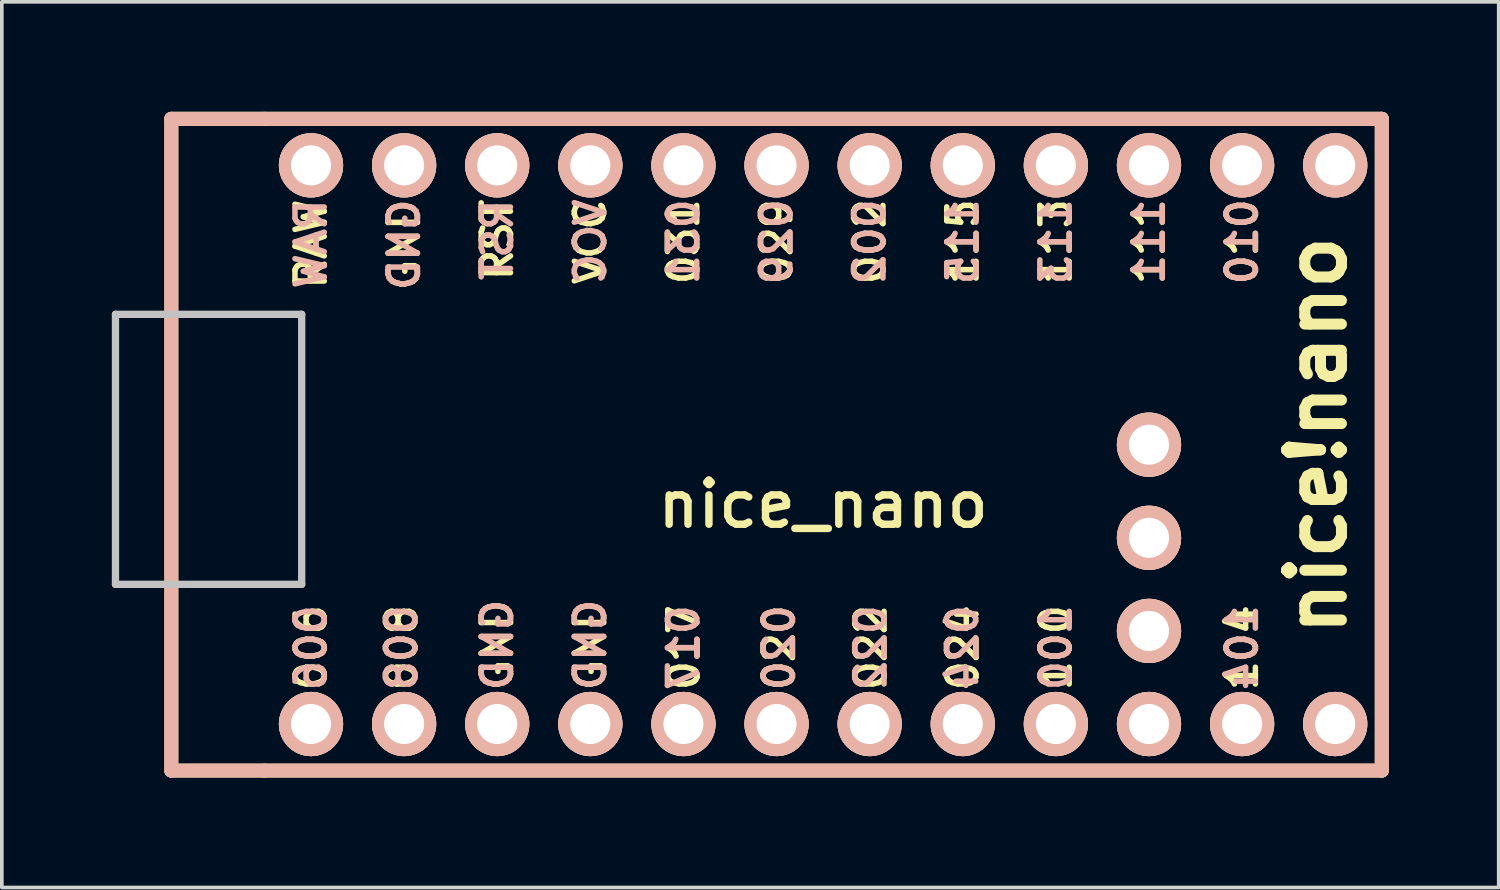
<source format=kicad_pcb>
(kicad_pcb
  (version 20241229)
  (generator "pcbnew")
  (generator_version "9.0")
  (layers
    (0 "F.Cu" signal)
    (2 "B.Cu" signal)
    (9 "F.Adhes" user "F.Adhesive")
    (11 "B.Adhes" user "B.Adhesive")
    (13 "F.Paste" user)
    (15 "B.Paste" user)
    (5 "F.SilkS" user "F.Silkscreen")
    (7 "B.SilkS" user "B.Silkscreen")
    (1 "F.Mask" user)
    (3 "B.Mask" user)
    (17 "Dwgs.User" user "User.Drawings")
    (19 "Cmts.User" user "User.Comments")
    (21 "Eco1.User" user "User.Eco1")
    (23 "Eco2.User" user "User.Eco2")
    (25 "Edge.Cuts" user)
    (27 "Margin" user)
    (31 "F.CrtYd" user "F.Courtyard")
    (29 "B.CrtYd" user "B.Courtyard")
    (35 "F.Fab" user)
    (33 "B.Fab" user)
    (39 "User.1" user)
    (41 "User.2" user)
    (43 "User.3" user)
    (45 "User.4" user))
  (footprint "nice_nano"
    (layer "F.Cu")
    (at 19.404 9.081)
    (property "Reference" "nice_nano" (at 0 1.625 0) (layer "F.SilkS") (effects (font (size 1.2 1.2) (thickness 0.203))))
    (attr through_hole)
    (fp_line (start -17.78 -8.89) (end -17.78 8.89) (stroke (width 0.381) (type solid)) (layer "F.SilkS"))
    (fp_line (start -17.78 8.89) (end -15.24 8.89) (stroke (width 0.381) (type solid)) (layer "F.SilkS"))
    (fp_line (start -15.24 -8.89) (end -17.78 -8.89) (stroke (width 0.381) (type solid)) (layer "F.SilkS"))
    (fp_line (start -15.24 8.89) (end 15.24 8.89) (stroke (width 0.381) (type solid)) (layer "F.SilkS"))
    (fp_line (start 15.24 -8.89) (end -15.24 -8.89) (stroke (width 0.381) (type solid)) (layer "F.SilkS"))
    (fp_line (start 15.24 8.89) (end 15.24 -8.89) (stroke (width 0.381) (type solid)) (layer "F.SilkS"))
    (fp_line (start -17.78 -8.89) (end -17.78 8.89) (stroke (width 0.381) (type solid)) (layer "B.SilkS"))
    (fp_line (start -17.78 8.89) (end 15.24 8.89) (stroke (width 0.381) (type solid)) (layer "B.SilkS"))
    (fp_line (start 15.24 -8.89) (end -17.78 -8.89) (stroke (width 0.381) (type solid)) (layer "B.SilkS"))
    (fp_line (start 15.24 8.89) (end 15.24 -8.89) (stroke (width 0.381) (type solid)) (layer "B.SilkS"))
    (fp_line (start -19.304 -3.556) (end -14.224 -3.556) (stroke (width 0.2) (type solid)) (layer "Dwgs.User"))
    (fp_line (start -19.304 3.81) (end -19.304 -3.556) (stroke (width 0.2) (type solid)) (layer "Dwgs.User"))
    (fp_line (start -14.224 -3.556) (end -14.224 3.81) (stroke (width 0.2) (type solid)) (layer "Dwgs.User"))
    (fp_line (start -14.224 3.81) (end -19.304 3.81) (stroke (width 0.2) (type solid)) (layer "Dwgs.User"))
    (fp_text user "006" (at -13.97 5.537 90) (layer "F.SilkS") (effects (font (size 0.8 0.8) (thickness 0.15))))
    (fp_text user "GND" (at -8.89 5.461 90) (layer "F.SilkS") (effects (font (size 0.8 0.8) (thickness 0.15))))
    (fp_text user "017" (at -3.8 5.537 90) (layer "F.SilkS") (effects (font (size 0.8 0.8) (thickness 0.15))))
    (fp_text user "GND" (at -11.43 -5.455 90) (layer "F.SilkS") (effects (font (size 0.8 0.8) (thickness 0.15))))
    (fp_text user "008" (at -11.5 5.537 90) (layer "F.SilkS") (effects (font (size 0.8 0.8) (thickness 0.15))))
    (fp_text user "GND" (at -6.35 5.461 90) (layer "F.SilkS") (effects (font (size 0.8 0.8) (thickness 0.15))))
    (fp_text user "VCC" (at -6.35 -5.537 90) (layer "F.SilkS") (effects (font (size 0.8 0.8) (thickness 0.15))))
    (fp_text user "031" (at -3.81 -5.537 90) (layer "F.SilkS") (effects (font (size 0.8 0.8) (thickness 0.15))))
    (fp_text user "nice!nano" (at 13.462 -0.254 90) (layer "F.SilkS") (effects (font (size 1.5 1.5) (thickness 0.3))))
    (fp_text user "113" (at 6.35 -5.537 90) (layer "F.SilkS") (effects (font (size 0.8 0.8) (thickness 0.15))))
    (fp_text user "104" (at 11.43 5.537 90) (layer "F.SilkS") (effects (font (size 0.8 0.8) (thickness 0.15))))
    (fp_text user "010" (at 11.43 -5.537 90) (layer "F.SilkS") (effects (font (size 0.8 0.8) (thickness 0.15))))
    (fp_text user "029" (at -1.27 -5.537 90) (layer "F.SilkS") (effects (font (size 0.8 0.8) (thickness 0.15))))
    (fp_text user "RAW" (at -13.97 -5.474 90) (layer "F.SilkS") (effects (font (size 0.8 0.8) (thickness 0.15))))
    (fp_text user "002" (at 1.27 -5.537 90) (layer "F.SilkS") (effects (font (size 0.8 0.8) (thickness 0.15))))
    (fp_text user "022" (at 1.3 5.537 90) (layer "F.SilkS") (effects (font (size 0.8 0.8) (thickness 0.15))))
    (fp_text user "020" (at -1.2 5.537 90) (layer "F.SilkS") (effects (font (size 0.8 0.8) (thickness 0.15))))
    (fp_text user "115" (at 3.81 -5.537 90) (layer "F.SilkS") (effects (font (size 0.8 0.8) (thickness 0.15))))
    (fp_text user "100" (at 6.35 5.537 90) (layer "F.SilkS") (effects (font (size 0.8 0.8) (thickness 0.15))))
    (fp_text user "RST" (at -8.89 -5.588 90) (layer "F.SilkS") (effects (font (size 0.8 0.8) (thickness 0.15))))
    (fp_text user "024" (at 3.81 5.537 90) (layer "F.SilkS") (effects (font (size 0.8 0.8) (thickness 0.15))))
    (fp_text user "111" (at 8.89 -5.537 90) (layer "F.SilkS") (effects (font (size 0.8 0.8) (thickness 0.15))))
    (fp_text user "002" (at 1.27 -5.537 90) (layer "B.SilkS") (effects (font (size 0.8 0.8) (thickness 0.15)) (justify mirror)))
    (fp_text user "010" (at 11.43 -5.537 90) (layer "B.SilkS") (effects (font (size 0.8 0.8) (thickness 0.15)) (justify mirror)))
    (fp_text user "024" (at 3.8 5.537 90) (layer "B.SilkS") (effects (font (size 0.8 0.8) (thickness 0.15)) (justify mirror)))
    (fp_text user "115" (at 3.81 -5.537 90) (layer "B.SilkS") (effects (font (size 0.8 0.8) (thickness 0.15)) (justify mirror)))
    (fp_text user "RST" (at -8.89 -5.588 90) (layer "B.SilkS") (effects (font (size 0.8 0.8) (thickness 0.15)) (justify mirror)))
    (fp_text user "017" (at -3.81 5.537 90) (layer "B.SilkS") (effects (font (size 0.8 0.8) (thickness 0.15)) (justify mirror)))
    (fp_text user "008" (at -11.5 5.537 90) (layer "B.SilkS") (effects (font (size 0.8 0.8) (thickness 0.15)) (justify mirror)))
    (fp_text user "029" (at -1.27 -5.537 90) (layer "B.SilkS") (effects (font (size 0.8 0.8) (thickness 0.15)) (justify mirror)))
    (fp_text user "GND" (at -6.35 5.461 90) (layer "B.SilkS") (effects (font (size 0.8 0.8) (thickness 0.15)) (justify mirror)))
    (fp_text user "031" (at -3.81 -5.537 90) (layer "B.SilkS") (effects (font (size 0.8 0.8) (thickness 0.15)) (justify mirror)))
    (fp_text user "022" (at 1.3 5.537 90) (layer "B.SilkS") (effects (font (size 0.8 0.8) (thickness 0.15)) (justify mirror)))
    (fp_text user "111" (at 8.89 -5.537 90) (layer "B.SilkS") (effects (font (size 0.8 0.8) (thickness 0.15)) (justify mirror)))
    (fp_text user "113" (at 6.35 -5.537 90) (layer "B.SilkS") (effects (font (size 0.8 0.8) (thickness 0.15)) (justify mirror)))
    (fp_text user "104" (at 11.43 5.537 90) (layer "B.SilkS") (effects (font (size 0.8 0.8) (thickness 0.15)) (justify mirror)))
    (fp_text user "GND" (at -11.43 -5.455 90) (layer "B.SilkS") (effects (font (size 0.8 0.8) (thickness 0.15)) (justify mirror)))
    (fp_text user "GND" (at -8.89 5.461 90) (layer "B.SilkS") (effects (font (size 0.8 0.8) (thickness 0.15)) (justify mirror)))
    (fp_text user "RAW" (at -13.97 -5.474 90) (layer "B.SilkS") (effects (font (size 0.8 0.8) (thickness 0.15)) (justify mirror)))
    (fp_text user "100" (at 6.35 5.537 90) (layer "B.SilkS") (effects (font (size 0.8 0.8) (thickness 0.15)) (justify mirror)))
    (fp_text user "020" (at -1.2 5.537 90) (layer "B.SilkS") (effects (font (size 0.8 0.8) (thickness 0.15)) (justify mirror)))
    (fp_text user "006" (at -13.97 5.537 90) (layer "B.SilkS") (effects (font (size 0.8 0.8) (thickness 0.15)) (justify mirror)))
    (fp_text user "VCC" (at -6.35 -5.537 90) (layer "B.SilkS") (effects (font (size 0.8 0.8) (thickness 0.15)) (justify mirror)))
    (pad "1" thru_hole circle (at -13.97 7.62) (size 1.753 1.753) (drill 1.092) (layers "*.Cu" "*.SilkS" "*.Mask"))
    (pad "2" thru_hole circle (at -11.43 7.62) (size 1.753 1.753) (drill 1.092) (layers "*.Cu" "*.SilkS" "*.Mask"))
    (pad "3" thru_hole circle (at -8.89 7.62) (size 1.753 1.753) (drill 1.092) (layers "*.Cu" "*.SilkS" "*.Mask"))
    (pad "4" thru_hole circle (at -6.35 7.62) (size 1.753 1.753) (drill 1.092) (layers "*.Cu" "*.SilkS" "*.Mask"))
    (pad "5" thru_hole circle (at -3.81 7.62) (size 1.753 1.753) (drill 1.092) (layers "*.Cu" "*.SilkS" "*.Mask"))
    (pad "6" thru_hole circle (at -1.27 7.62) (size 1.753 1.753) (drill 1.092) (layers "*.Cu" "*.SilkS" "*.Mask"))
    (pad "7" thru_hole circle (at 1.27 7.62) (size 1.753 1.753) (drill 1.092) (layers "*.Cu" "*.SilkS" "*.Mask"))
    (pad "8" thru_hole circle (at 3.81 7.62) (size 1.753 1.753) (drill 1.092) (layers "*.Cu" "*.SilkS" "*.Mask"))
    (pad "9" thru_hole circle (at 6.35 7.62) (size 1.753 1.753) (drill 1.092) (layers "*.Cu" "*.SilkS" "*.Mask"))
    (pad "10" thru_hole circle (at 8.89 7.62) (size 1.753 1.753) (drill 1.092) (layers "*.Cu" "*.SilkS" "*.Mask"))
    (pad "11" thru_hole circle (at 11.43 7.62) (size 1.753 1.753) (drill 1.092) (layers "*.Cu" "*.SilkS" "*.Mask"))
    (pad "12" thru_hole circle (at 13.97 7.62) (size 1.753 1.753) (drill 1.092) (layers "*.Cu" "*.SilkS" "*.Mask"))
    (pad "13" thru_hole circle (at 13.97 -7.62) (size 1.753 1.753) (drill 1.092) (layers "*.Cu" "*.SilkS" "*.Mask"))
    (pad "14" thru_hole circle (at 11.43 -7.62) (size 1.753 1.753) (drill 1.092) (layers "*.Cu" "*.SilkS" "*.Mask"))
    (pad "15" thru_hole circle (at 8.89 -7.62) (size 1.753 1.753) (drill 1.092) (layers "*.Cu" "*.SilkS" "*.Mask"))
    (pad "16" thru_hole circle (at 6.35 -7.62) (size 1.753 1.753) (drill 1.092) (layers "*.Cu" "*.SilkS" "*.Mask"))
    (pad "17" thru_hole circle (at 3.81 -7.62) (size 1.753 1.753) (drill 1.092) (layers "*.Cu" "*.SilkS" "*.Mask"))
    (pad "18" thru_hole circle (at 1.27 -7.62) (size 1.753 1.753) (drill 1.092) (layers "*.Cu" "*.SilkS" "*.Mask"))
    (pad "19" thru_hole circle (at -1.27 -7.62) (size 1.753 1.753) (drill 1.092) (layers "*.Cu" "*.SilkS" "*.Mask"))
    (pad "20" thru_hole circle (at -3.81 -7.62) (size 1.753 1.753) (drill 1.092) (layers "*.Cu" "*.SilkS" "*.Mask"))
    (pad "21" thru_hole circle (at -6.35 -7.62) (size 1.753 1.753) (drill 1.092) (layers "*.Cu" "*.SilkS" "*.Mask"))
    (pad "22" thru_hole circle (at -8.89 -7.62) (size 1.753 1.753) (drill 1.092) (layers "*.Cu" "*.SilkS" "*.Mask"))
    (pad "23" thru_hole circle (at -11.43 -7.62) (size 1.753 1.753) (drill 1.092) (layers "*.Cu" "*.SilkS" "*.Mask"))
    (pad "24" thru_hole circle (at -13.97 -7.62) (size 1.753 1.753) (drill 1.092) (layers "*.Cu" "*.SilkS" "*.Mask"))
    (pad "31" thru_hole circle (at 8.89 5.08) (size 1.753 1.753) (drill 1.092) (layers "*.Cu" "*.SilkS" "*.Mask"))
    (pad "32" thru_hole circle (at 8.89 2.54) (size 1.753 1.753) (drill 1.092) (layers "*.Cu" "*.SilkS" "*.Mask"))
    (pad "33" thru_hole circle (at 8.89 0) (size 1.753 1.753) (drill 1.092) (layers "*.Cu" "*.SilkS" "*.Mask")))
  (gr_rect
    (start -3 -3)
    (end 37.834 21.161)
    (stroke (width 0.1) (type default))
    (fill no)
    (layer "Edge.Cuts")))
</source>
